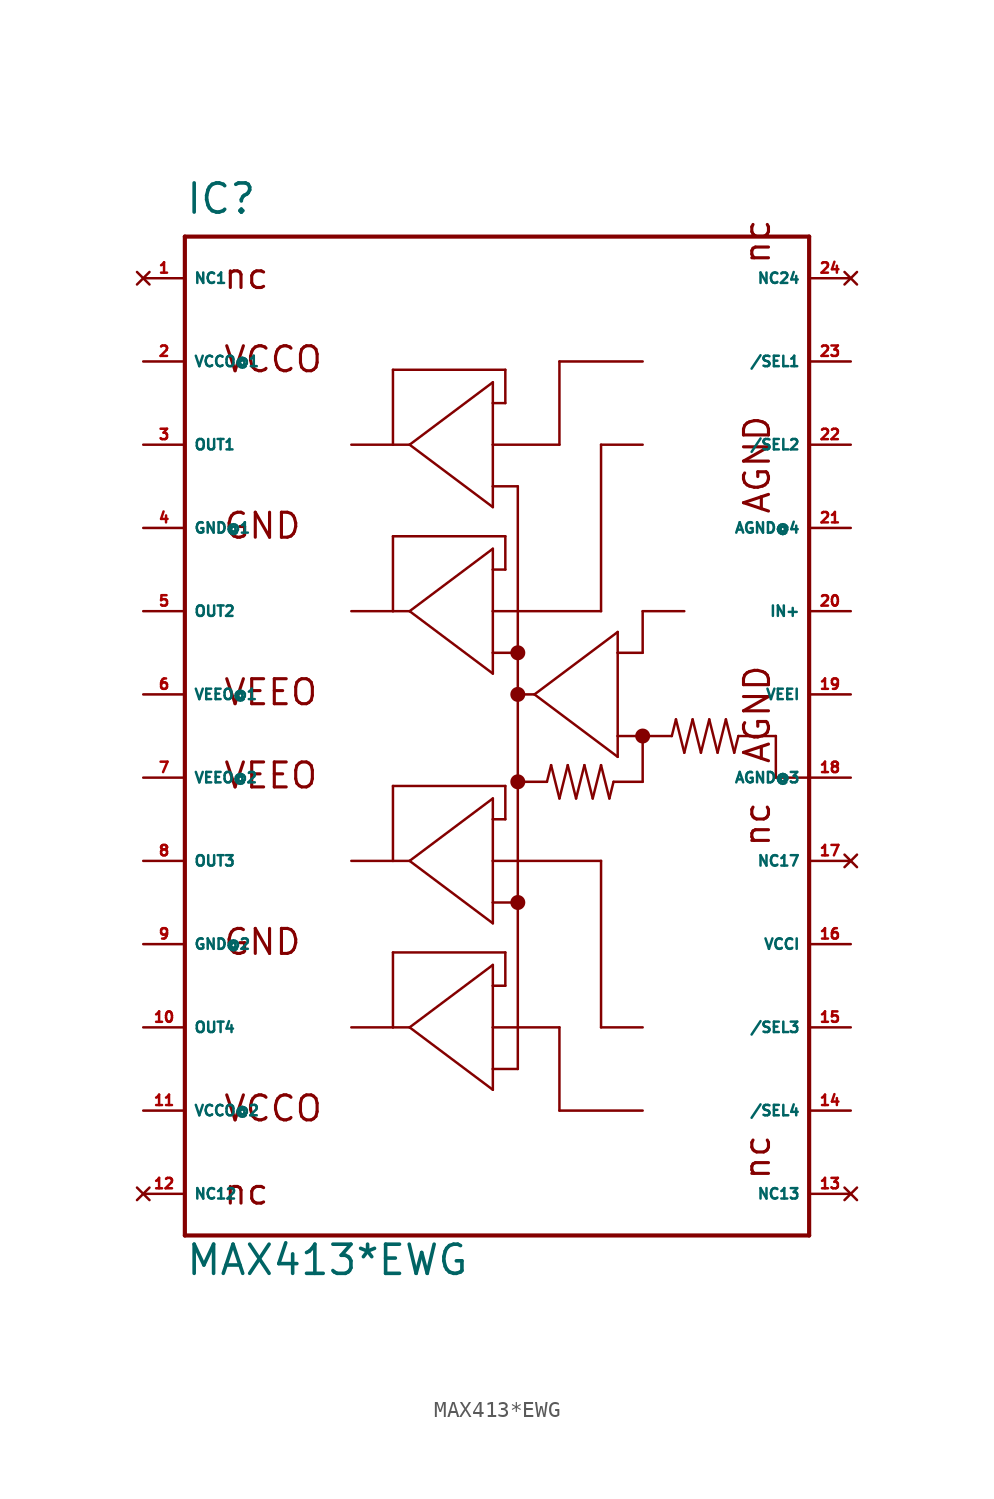
<source format=kicad_sym>
(kicad_symbol_lib
  (version 20220914)
  (generator Eagle2Kicad)
  (symbol "MAX413*EWG"
    (property "Reference" "IC"
      (at -20.32 31.75 0)
      (effects (font (size 1.778 1.778) (thickness 0.22)) (justify left bottom)))
    (property "Value" "MAX413*EWG"
      (at -20.32 -33.02 0)
      (effects (font (size 1.778 1.778) (thickness 0.22)) (justify left bottom)))
    (polyline
      (pts (xy -20.32 30.48) (xy 17.78 30.48))
      (stroke (width 0.254) (type default))
      (fill (type none)))
    (polyline
      (pts (xy 17.78 30.48) (xy 17.78 -2.54))
      (stroke (width 0.254) (type default))
      (fill (type none)))
    (polyline
      (pts (xy 17.78 -2.54) (xy 17.78 -30.48))
      (stroke (width 0.254) (type default))
      (fill (type none)))
    (polyline
      (pts (xy 17.78 -30.48) (xy -20.32 -30.48))
      (stroke (width 0.254) (type default))
      (fill (type none)))
    (polyline
      (pts (xy -20.32 -30.48) (xy -20.32 30.48))
      (stroke (width 0.254) (type default))
      (fill (type none)))
    (polyline
      (pts (xy -10.16 17.78) (xy -7.62 17.78))
      (stroke (width 0.152) (type default))
      (fill (type none)))
    (polyline
      (pts (xy -7.62 17.78) (xy -6.604 17.78))
      (stroke (width 0.152) (type default))
      (fill (type none)))
    (polyline
      (pts (xy -6.604 17.78) (xy -1.524 21.59))
      (stroke (width 0.152) (type default))
      (fill (type none)))
    (polyline
      (pts (xy -1.524 21.59) (xy -1.524 20.32))
      (stroke (width 0.152) (type default))
      (fill (type none)))
    (polyline
      (pts (xy -1.524 20.32) (xy -1.524 17.78))
      (stroke (width 0.152) (type default))
      (fill (type none)))
    (polyline
      (pts (xy -1.524 17.78) (xy -1.524 15.24))
      (stroke (width 0.152) (type default))
      (fill (type none)))
    (polyline
      (pts (xy -1.524 15.24) (xy -1.524 13.97))
      (stroke (width 0.152) (type default))
      (fill (type none)))
    (polyline
      (pts (xy -1.524 13.97) (xy -6.604 17.78))
      (stroke (width 0.152) (type default))
      (fill (type none)))
    (polyline
      (pts (xy -7.62 17.78) (xy -7.62 22.352))
      (stroke (width 0.152) (type default))
      (fill (type none)))
    (polyline
      (pts (xy -7.62 22.352) (xy -0.762 22.352))
      (stroke (width 0.152) (type default))
      (fill (type none)))
    (polyline
      (pts (xy -0.762 22.352) (xy -0.762 20.32))
      (stroke (width 0.152) (type default))
      (fill (type none)))
    (polyline
      (pts (xy -0.762 20.32) (xy -1.524 20.32))
      (stroke (width 0.152) (type default))
      (fill (type none)))
    (polyline
      (pts (xy 0 15.24) (xy -1.524 15.24))
      (stroke (width 0.152) (type default))
      (fill (type none)))
    (polyline
      (pts (xy -10.16 7.62) (xy -7.62 7.62))
      (stroke (width 0.152) (type default))
      (fill (type none)))
    (polyline
      (pts (xy -7.62 7.62) (xy -6.604 7.62))
      (stroke (width 0.152) (type default))
      (fill (type none)))
    (polyline
      (pts (xy -6.604 7.62) (xy -1.524 11.43))
      (stroke (width 0.152) (type default))
      (fill (type none)))
    (polyline
      (pts (xy -1.524 11.43) (xy -1.524 10.16))
      (stroke (width 0.152) (type default))
      (fill (type none)))
    (polyline
      (pts (xy -1.524 10.16) (xy -1.524 7.62))
      (stroke (width 0.152) (type default))
      (fill (type none)))
    (polyline
      (pts (xy -1.524 7.62) (xy -1.524 5.08))
      (stroke (width 0.152) (type default))
      (fill (type none)))
    (polyline
      (pts (xy -1.524 5.08) (xy -1.524 3.81))
      (stroke (width 0.152) (type default))
      (fill (type none)))
    (polyline
      (pts (xy -1.524 3.81) (xy -6.604 7.62))
      (stroke (width 0.152) (type default))
      (fill (type none)))
    (polyline
      (pts (xy -7.62 7.62) (xy -7.62 12.192))
      (stroke (width 0.152) (type default))
      (fill (type none)))
    (polyline
      (pts (xy -7.62 12.192) (xy -0.762 12.192))
      (stroke (width 0.152) (type default))
      (fill (type none)))
    (polyline
      (pts (xy -0.762 12.192) (xy -0.762 10.16))
      (stroke (width 0.152) (type default))
      (fill (type none)))
    (polyline
      (pts (xy -0.762 10.16) (xy -1.524 10.16))
      (stroke (width 0.152) (type default))
      (fill (type none)))
    (polyline
      (pts (xy 0 5.08) (xy -1.524 5.08))
      (stroke (width 0.152) (type default))
      (fill (type none)))
    (polyline
      (pts (xy -10.16 -7.62) (xy -7.62 -7.62))
      (stroke (width 0.152) (type default))
      (fill (type none)))
    (polyline
      (pts (xy -7.62 -7.62) (xy -6.604 -7.62))
      (stroke (width 0.152) (type default))
      (fill (type none)))
    (polyline
      (pts (xy -6.604 -7.62) (xy -1.524 -3.81))
      (stroke (width 0.152) (type default))
      (fill (type none)))
    (polyline
      (pts (xy -1.524 -3.81) (xy -1.524 -5.08))
      (stroke (width 0.152) (type default))
      (fill (type none)))
    (polyline
      (pts (xy -1.524 -5.08) (xy -1.524 -7.62))
      (stroke (width 0.152) (type default))
      (fill (type none)))
    (polyline
      (pts (xy -1.524 -7.62) (xy -1.524 -10.16))
      (stroke (width 0.152) (type default))
      (fill (type none)))
    (polyline
      (pts (xy -1.524 -10.16) (xy -1.524 -11.43))
      (stroke (width 0.152) (type default))
      (fill (type none)))
    (polyline
      (pts (xy -1.524 -11.43) (xy -6.604 -7.62))
      (stroke (width 0.152) (type default))
      (fill (type none)))
    (polyline
      (pts (xy -7.62 -7.62) (xy -7.62 -3.048))
      (stroke (width 0.152) (type default))
      (fill (type none)))
    (polyline
      (pts (xy -7.62 -3.048) (xy -0.762 -3.048))
      (stroke (width 0.152) (type default))
      (fill (type none)))
    (polyline
      (pts (xy -0.762 -3.048) (xy -0.762 -5.08))
      (stroke (width 0.152) (type default))
      (fill (type none)))
    (polyline
      (pts (xy -0.762 -5.08) (xy -1.524 -5.08))
      (stroke (width 0.152) (type default))
      (fill (type none)))
    (polyline
      (pts (xy 0 -10.16) (xy -1.524 -10.16))
      (stroke (width 0.152) (type default))
      (fill (type none)))
    (polyline
      (pts (xy -10.16 -17.78) (xy -7.62 -17.78))
      (stroke (width 0.152) (type default))
      (fill (type none)))
    (polyline
      (pts (xy -7.62 -17.78) (xy -6.604 -17.78))
      (stroke (width 0.152) (type default))
      (fill (type none)))
    (polyline
      (pts (xy -6.604 -17.78) (xy -1.524 -13.97))
      (stroke (width 0.152) (type default))
      (fill (type none)))
    (polyline
      (pts (xy -1.524 -13.97) (xy -1.524 -15.24))
      (stroke (width 0.152) (type default))
      (fill (type none)))
    (polyline
      (pts (xy -1.524 -15.24) (xy -1.524 -17.78))
      (stroke (width 0.152) (type default))
      (fill (type none)))
    (polyline
      (pts (xy -1.524 -17.78) (xy -1.524 -20.32))
      (stroke (width 0.152) (type default))
      (fill (type none)))
    (polyline
      (pts (xy -1.524 -20.32) (xy -1.524 -21.59))
      (stroke (width 0.152) (type default))
      (fill (type none)))
    (polyline
      (pts (xy -1.524 -21.59) (xy -6.604 -17.78))
      (stroke (width 0.152) (type default))
      (fill (type none)))
    (polyline
      (pts (xy -7.62 -17.78) (xy -7.62 -13.208))
      (stroke (width 0.152) (type default))
      (fill (type none)))
    (polyline
      (pts (xy -7.62 -13.208) (xy -0.762 -13.208))
      (stroke (width 0.152) (type default))
      (fill (type none)))
    (polyline
      (pts (xy -0.762 -13.208) (xy -0.762 -15.24))
      (stroke (width 0.152) (type default))
      (fill (type none)))
    (polyline
      (pts (xy -0.762 -15.24) (xy -1.524 -15.24))
      (stroke (width 0.152) (type default))
      (fill (type none)))
    (polyline
      (pts (xy 0 -20.32) (xy -1.524 -20.32))
      (stroke (width 0.152) (type default))
      (fill (type none)))
    (polyline
      (pts (xy 1.016 2.54) (xy 6.096 6.35))
      (stroke (width 0.152) (type default))
      (fill (type none)))
    (polyline
      (pts (xy 6.096 6.35) (xy 6.096 5.08))
      (stroke (width 0.152) (type default))
      (fill (type none)))
    (polyline
      (pts (xy 6.096 5.08) (xy 6.096 0))
      (stroke (width 0.152) (type default))
      (fill (type none)))
    (polyline
      (pts (xy 6.096 0) (xy 6.096 -1.27))
      (stroke (width 0.152) (type default))
      (fill (type none)))
    (polyline
      (pts (xy 6.096 -1.27) (xy 1.016 2.54))
      (stroke (width 0.152) (type default))
      (fill (type none)))
    (polyline
      (pts (xy 7.62 5.08) (xy 6.096 5.08))
      (stroke (width 0.152) (type default))
      (fill (type none)))
    (polyline
      (pts (xy 7.62 22.86) (xy 2.54 22.86))
      (stroke (width 0.152) (type default))
      (fill (type none)))
    (polyline
      (pts (xy 2.54 22.86) (xy 2.54 17.78))
      (stroke (width 0.152) (type default))
      (fill (type none)))
    (polyline
      (pts (xy 2.54 17.78) (xy -1.524 17.78))
      (stroke (width 0.152) (type default))
      (fill (type none)))
    (polyline
      (pts (xy 7.62 17.78) (xy 5.08 17.78))
      (stroke (width 0.152) (type default))
      (fill (type none)))
    (polyline
      (pts (xy 5.08 17.78) (xy 5.08 7.62))
      (stroke (width 0.152) (type default))
      (fill (type none)))
    (polyline
      (pts (xy 5.08 7.62) (xy -1.524 7.62))
      (stroke (width 0.152) (type default))
      (fill (type none)))
    (polyline
      (pts (xy 7.62 -17.78) (xy 5.08 -17.78))
      (stroke (width 0.152) (type default))
      (fill (type none)))
    (polyline
      (pts (xy 5.08 -17.78) (xy 5.08 -7.62))
      (stroke (width 0.152) (type default))
      (fill (type none)))
    (polyline
      (pts (xy 5.08 -7.62) (xy -1.524 -7.62))
      (stroke (width 0.152) (type default))
      (fill (type none)))
    (polyline
      (pts (xy 7.62 -22.86) (xy 2.54 -22.86))
      (stroke (width 0.152) (type default))
      (fill (type none)))
    (polyline
      (pts (xy 2.54 -22.86) (xy 2.54 -17.78))
      (stroke (width 0.152) (type default))
      (fill (type none)))
    (polyline
      (pts (xy 2.54 -17.78) (xy -1.524 -17.78))
      (stroke (width 0.152) (type default))
      (fill (type none)))
    (polyline
      (pts (xy 0 -20.32) (xy 0 -10.16))
      (stroke (width 0.152) (type default))
      (fill (type none)))
    (polyline
      (pts (xy 0 -10.16) (xy 0 -2.794))
      (stroke (width 0.152) (type default))
      (fill (type none)))
    (polyline
      (pts (xy 0 -2.794) (xy 0 2.54))
      (stroke (width 0.152) (type default))
      (fill (type none)))
    (polyline
      (pts (xy 0 2.54) (xy 0 5.08))
      (stroke (width 0.152) (type default))
      (fill (type none)))
    (polyline
      (pts (xy 0 5.08) (xy 0 15.24))
      (stroke (width 0.152) (type default))
      (fill (type none)))
    (polyline
      (pts (xy 0 2.54) (xy 1.016 2.54))
      (stroke (width 0.152) (type default))
      (fill (type none)))
    (polyline
      (pts (xy 10.16 7.62) (xy 7.62 7.62))
      (stroke (width 0.152) (type default))
      (fill (type none)))
    (polyline
      (pts (xy 7.62 7.62) (xy 7.62 5.08))
      (stroke (width 0.152) (type default))
      (fill (type none)))
    (polyline
      (pts (xy 6.096 0) (xy 7.62 0))
      (stroke (width 0.152) (type default))
      (fill (type none)))
    (polyline
      (pts (xy 7.62 0) (xy 9.398 0))
      (stroke (width 0.152) (type default))
      (fill (type none)))
    (polyline
      (pts (xy 9.398 0) (xy 9.652 1.016))
      (stroke (width 0.152) (type default))
      (fill (type none)))
    (polyline
      (pts (xy 9.652 1.016) (xy 10.16 -1.016))
      (stroke (width 0.152) (type default))
      (fill (type none)))
    (polyline
      (pts (xy 10.16 -1.016) (xy 10.668 1.016))
      (stroke (width 0.152) (type default))
      (fill (type none)))
    (polyline
      (pts (xy 10.668 1.016) (xy 11.176 -1.016))
      (stroke (width 0.152) (type default))
      (fill (type none)))
    (polyline
      (pts (xy 11.176 -1.016) (xy 11.684 1.016))
      (stroke (width 0.152) (type default))
      (fill (type none)))
    (polyline
      (pts (xy 11.684 1.016) (xy 12.192 -1.016))
      (stroke (width 0.152) (type default))
      (fill (type none)))
    (polyline
      (pts (xy 12.192 -1.016) (xy 12.7 1.016))
      (stroke (width 0.152) (type default))
      (fill (type none)))
    (polyline
      (pts (xy 12.7 1.016) (xy 13.208 -1.016))
      (stroke (width 0.152) (type default))
      (fill (type none)))
    (polyline
      (pts (xy 13.208 -1.016) (xy 13.462 0))
      (stroke (width 0.152) (type default))
      (fill (type none)))
    (polyline
      (pts (xy 1.778 -2.794) (xy 2.032 -1.778))
      (stroke (width 0.152) (type default))
      (fill (type none)))
    (polyline
      (pts (xy 2.032 -1.778) (xy 2.54 -3.81))
      (stroke (width 0.152) (type default))
      (fill (type none)))
    (polyline
      (pts (xy 2.54 -3.81) (xy 3.048 -1.778))
      (stroke (width 0.152) (type default))
      (fill (type none)))
    (polyline
      (pts (xy 3.048 -1.778) (xy 3.556 -3.81))
      (stroke (width 0.152) (type default))
      (fill (type none)))
    (polyline
      (pts (xy 3.556 -3.81) (xy 4.064 -1.778))
      (stroke (width 0.152) (type default))
      (fill (type none)))
    (polyline
      (pts (xy 4.064 -1.778) (xy 4.572 -3.81))
      (stroke (width 0.152) (type default))
      (fill (type none)))
    (polyline
      (pts (xy 4.572 -3.81) (xy 5.08 -1.778))
      (stroke (width 0.152) (type default))
      (fill (type none)))
    (polyline
      (pts (xy 5.08 -1.778) (xy 5.588 -3.81))
      (stroke (width 0.152) (type default))
      (fill (type none)))
    (polyline
      (pts (xy 5.588 -3.81) (xy 5.842 -2.794))
      (stroke (width 0.152) (type default))
      (fill (type none)))
    (polyline
      (pts (xy 1.778 -2.794) (xy 0 -2.794))
      (stroke (width 0.152) (type default))
      (fill (type none)))
    (polyline
      (pts (xy 5.842 -2.794) (xy 7.62 -2.794))
      (stroke (width 0.152) (type default))
      (fill (type none)))
    (polyline
      (pts (xy 7.62 0) (xy 7.62 -2.794))
      (stroke (width 0.152) (type default))
      (fill (type none)))
    (polyline
      (pts (xy 13.462 0) (xy 15.748 0))
      (stroke (width 0.152) (type default))
      (fill (type none)))
    (polyline
      (pts (xy 15.748 0) (xy 15.748 -2.54))
      (stroke (width 0.152) (type default))
      (fill (type none)))
    (polyline
      (pts (xy 15.748 -2.54) (xy 17.78 -2.54))
      (stroke (width 0.152) (type default))
      (fill (type none)))
    (text "VCCO"
      (at -18.034 22.098 0)
      (effects (font (size 1.524 1.524) (thickness 0.19)) (justify left bottom)))
    (text "VCCO"
      (at -18.034 -23.622 0)
      (effects (font (size 1.524 1.524) (thickness 0.19)) (justify left bottom)))
    (text "nc"
      (at -18.034 27.178 0)
      (effects (font (size 1.524 1.524) (thickness 0.19)) (justify left bottom)))
    (text "nc"
      (at 15.494 28.702 1800)
      (effects (font (size 1.524 1.524) (thickness 0.19)) (justify left bottom)))
    (text "nc"
      (at 15.494 -27.178 1800)
      (effects (font (size 1.524 1.524) (thickness 0.19)) (justify left bottom)))
    (text "nc"
      (at -18.034 -28.702 0)
      (effects (font (size 1.524 1.524) (thickness 0.19)) (justify left bottom)))
    (text "GND"
      (at -18.034 -13.462 0)
      (effects (font (size 1.524 1.524) (thickness 0.19)) (justify left bottom)))
    (text "VEEO"
      (at -18.034 1.778 0)
      (effects (font (size 1.524 1.524) (thickness 0.19)) (justify left bottom)))
    (text "VEEO"
      (at -18.034 -3.302 0)
      (effects (font (size 1.524 1.524) (thickness 0.19)) (justify left bottom)))
    (text "AGND"
      (at 15.494 13.462 1800)
      (effects (font (size 1.524 1.524) (thickness 0.19)) (justify left bottom)))
    (text "AGND"
      (at 15.494 -1.778 1800)
      (effects (font (size 1.524 1.524) (thickness 0.19)) (justify left bottom)))
    (text "nc"
      (at 15.494 -6.858 1800)
      (effects (font (size 1.524 1.524) (thickness 0.19)) (justify left bottom)))
    (text "GND"
      (at -18.034 11.938 0)
      (effects (font (size 1.524 1.524) (thickness 0.19)) (justify left bottom)))
    (circle
      (center 7.62 0)
      (radius 0.254)
      (stroke (width 0.406) (type default))
      (fill (type none)))
    (circle
      (center 0 -2.794)
      (radius 0.254)
      (stroke (width 0.406) (type default))
      (fill (type none)))
    (circle
      (center 0 2.54)
      (radius 0.254)
      (stroke (width 0.406) (type default))
      (fill (type none)))
    (circle
      (center 0 5.08)
      (radius 0.254)
      (stroke (width 0.406) (type default))
      (fill (type none)))
    (circle
      (center 0 -10.16)
      (radius 0.254)
      (stroke (width 0.406) (type default))
      (fill (type none)))
    (pin no_connect line
      (at -22.86 27.94 0)
      (length 2.54)
      (name "NC1" (effects (font (size 0.635 0.635) (thickness 0.08)) (justify left bottom) hide))
      (number "1" (effects (font (size 0.635 0.635) (thickness 0.08)) (justify left bottom) hide)))
    (pin unspecified line
      (at -22.86 22.86 0)
      (length 2.54)
      (name "VCCO@1" (effects (font (size 0.635 0.635) (thickness 0.08)) (justify left bottom)))
      (number "2" (effects (font (size 0.635 0.635) (thickness 0.08)) (justify left bottom))))
    (pin unspecified line
      (at -22.86 -22.86 0)
      (length 2.54)
      (name "VCCO@2" (effects (font (size 0.635 0.635) (thickness 0.08)) (justify left bottom)))
      (number "11" (effects (font (size 0.635 0.635) (thickness 0.08)) (justify left bottom))))
    (pin unspecified line
      (at -22.86 2.54 0)
      (length 2.54)
      (name "VEEO@1" (effects (font (size 0.635 0.635) (thickness 0.08)) (justify left bottom)))
      (number "6" (effects (font (size 0.635 0.635) (thickness 0.08)) (justify left bottom))))
    (pin unspecified line
      (at -22.86 -2.54 0)
      (length 2.54)
      (name "VEEO@2" (effects (font (size 0.635 0.635) (thickness 0.08)) (justify left bottom)))
      (number "7" (effects (font (size 0.635 0.635) (thickness 0.08)) (justify left bottom))))
    (pin unspecified line
      (at -22.86 12.7 0)
      (length 2.54)
      (name "GND@1" (effects (font (size 0.635 0.635) (thickness 0.08)) (justify left bottom)))
      (number "4" (effects (font (size 0.635 0.635) (thickness 0.08)) (justify left bottom))))
    (pin unspecified line
      (at -22.86 -12.7 0)
      (length 2.54)
      (name "GND@2" (effects (font (size 0.635 0.635) (thickness 0.08)) (justify left bottom)))
      (number "9" (effects (font (size 0.635 0.635) (thickness 0.08)) (justify left bottom))))
    (pin unspecified line
      (at 20.32 -12.7 180)
      (length 2.54)
      (name "VCCI" (effects (font (size 0.635 0.635) (thickness 0.08)) (justify left bottom)))
      (number "16" (effects (font (size 0.635 0.635) (thickness 0.08)) (justify left bottom))))
    (pin unspecified line
      (at 20.32 2.54 180)
      (length 2.54)
      (name "VEEI" (effects (font (size 0.635 0.635) (thickness 0.08)) (justify left bottom)))
      (number "19" (effects (font (size 0.635 0.635) (thickness 0.08)) (justify left bottom))))
    (pin no_connect line
      (at -22.86 -27.94 0)
      (length 2.54)
      (name "NC12" (effects (font (size 0.635 0.635) (thickness 0.08)) (justify left bottom) hide))
      (number "12" (effects (font (size 0.635 0.635) (thickness 0.08)) (justify left bottom) hide)))
    (pin no_connect line
      (at 20.32 -27.94 180)
      (length 2.54)
      (name "NC13" (effects (font (size 0.635 0.635) (thickness 0.08)) (justify left bottom) hide))
      (number "13" (effects (font (size 0.635 0.635) (thickness 0.08)) (justify left bottom) hide)))
    (pin no_connect line
      (at 20.32 27.94 180)
      (length 2.54)
      (name "NC24" (effects (font (size 0.635 0.635) (thickness 0.08)) (justify left bottom) hide))
      (number "24" (effects (font (size 0.635 0.635) (thickness 0.08)) (justify left bottom) hide)))
    (pin input line
      (at 20.32 22.86 180)
      (length 2.54)
      (name "/SEL1" (effects (font (size 0.635 0.635) (thickness 0.08)) (justify left bottom)))
      (number "23" (effects (font (size 0.635 0.635) (thickness 0.08)) (justify left bottom))))
    (pin input line
      (at 20.32 17.78 180)
      (length 2.54)
      (name "/SEL2" (effects (font (size 0.635 0.635) (thickness 0.08)) (justify left bottom)))
      (number "22" (effects (font (size 0.635 0.635) (thickness 0.08)) (justify left bottom))))
    (pin input line
      (at 20.32 -17.78 180)
      (length 2.54)
      (name "/SEL3" (effects (font (size 0.635 0.635) (thickness 0.08)) (justify left bottom)))
      (number "15" (effects (font (size 0.635 0.635) (thickness 0.08)) (justify left bottom))))
    (pin input line
      (at 20.32 -22.86 180)
      (length 2.54)
      (name "/SEL4" (effects (font (size 0.635 0.635) (thickness 0.08)) (justify left bottom)))
      (number "14" (effects (font (size 0.635 0.635) (thickness 0.08)) (justify left bottom))))
    (pin input line
      (at 20.32 7.62 180)
      (length 2.54)
      (name "IN+" (effects (font (size 0.635 0.635) (thickness 0.08)) (justify left bottom)))
      (number "20" (effects (font (size 0.635 0.635) (thickness 0.08)) (justify left bottom))))
    (pin unspecified line
      (at 20.32 -2.54 180)
      (length 2.54)
      (name "AGND@3" (effects (font (size 0.635 0.635) (thickness 0.08)) (justify left bottom)))
      (number "18" (effects (font (size 0.635 0.635) (thickness 0.08)) (justify left bottom))))
    (pin output line
      (at -22.86 17.78 0)
      (length 2.54)
      (name "OUT1" (effects (font (size 0.635 0.635) (thickness 0.08)) (justify left bottom)))
      (number "3" (effects (font (size 0.635 0.635) (thickness 0.08)) (justify left bottom))))
    (pin output line
      (at -22.86 7.62 0)
      (length 2.54)
      (name "OUT2" (effects (font (size 0.635 0.635) (thickness 0.08)) (justify left bottom)))
      (number "5" (effects (font (size 0.635 0.635) (thickness 0.08)) (justify left bottom))))
    (pin output line
      (at -22.86 -7.62 0)
      (length 2.54)
      (name "OUT3" (effects (font (size 0.635 0.635) (thickness 0.08)) (justify left bottom)))
      (number "8" (effects (font (size 0.635 0.635) (thickness 0.08)) (justify left bottom))))
    (pin output line
      (at -22.86 -17.78 0)
      (length 2.54)
      (name "OUT4" (effects (font (size 0.635 0.635) (thickness 0.08)) (justify left bottom)))
      (number "10" (effects (font (size 0.635 0.635) (thickness 0.08)) (justify left bottom))))
    (pin no_connect line
      (at 20.32 -7.62 180)
      (length 2.54)
      (name "NC17" (effects (font (size 0.635 0.635) (thickness 0.08)) (justify left bottom) hide))
      (number "17" (effects (font (size 0.635 0.635) (thickness 0.08)) (justify left bottom) hide)))
    (pin unspecified line
      (at 20.32 12.7 180)
      (length 2.54)
      (name "AGND@4" (effects (font (size 0.635 0.635) (thickness 0.08)) (justify left bottom)))
      (number "21" (effects (font (size 0.635 0.635) (thickness 0.08)) (justify left bottom))))))
</source>
